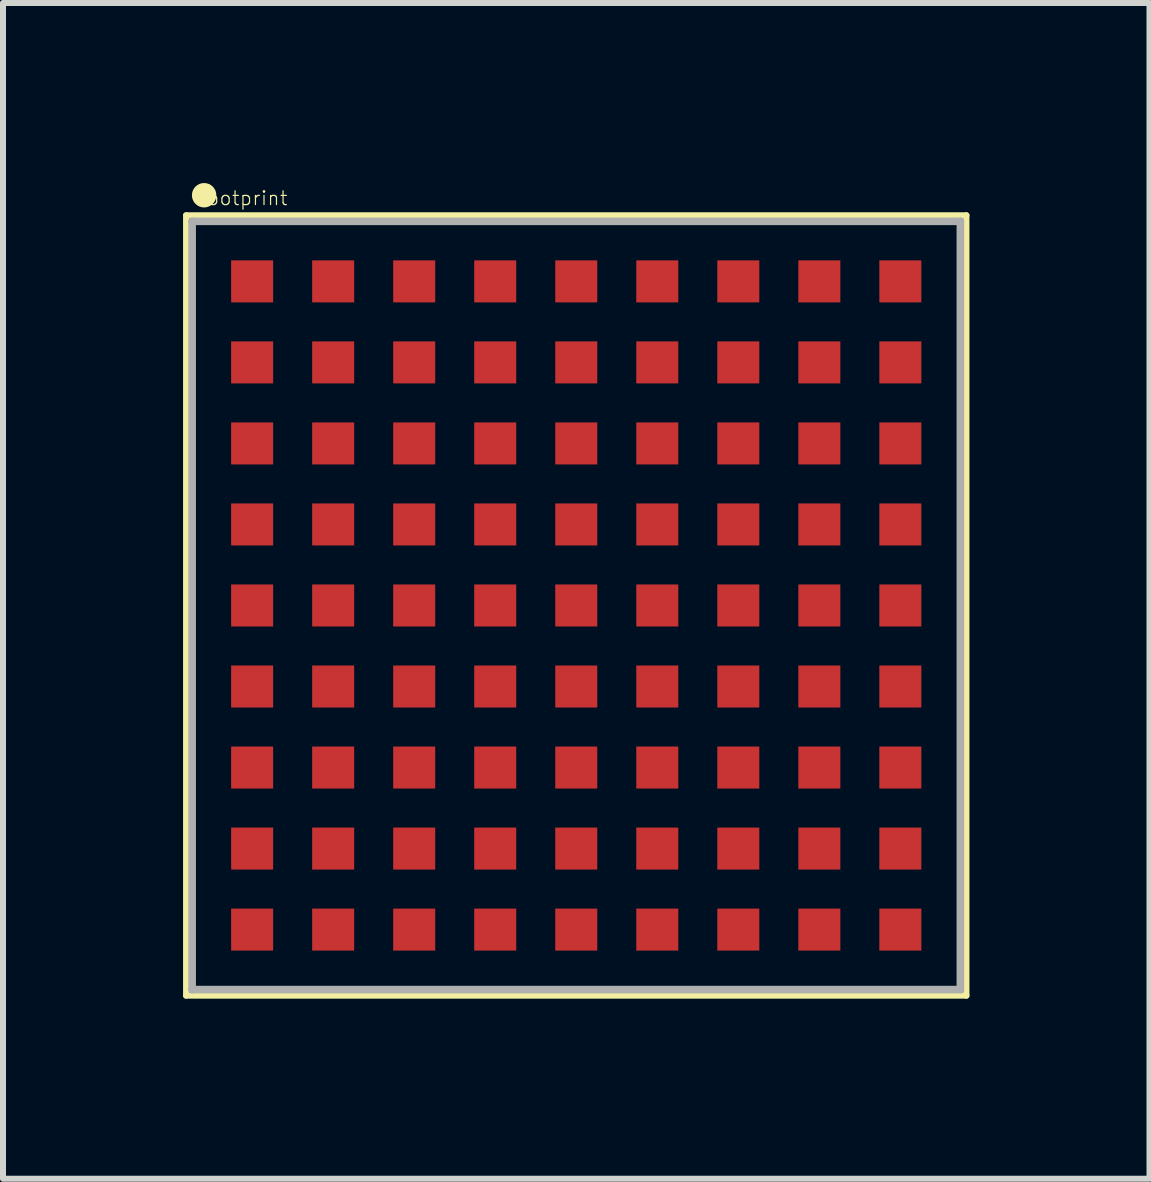
<source format=kicad_pcb>
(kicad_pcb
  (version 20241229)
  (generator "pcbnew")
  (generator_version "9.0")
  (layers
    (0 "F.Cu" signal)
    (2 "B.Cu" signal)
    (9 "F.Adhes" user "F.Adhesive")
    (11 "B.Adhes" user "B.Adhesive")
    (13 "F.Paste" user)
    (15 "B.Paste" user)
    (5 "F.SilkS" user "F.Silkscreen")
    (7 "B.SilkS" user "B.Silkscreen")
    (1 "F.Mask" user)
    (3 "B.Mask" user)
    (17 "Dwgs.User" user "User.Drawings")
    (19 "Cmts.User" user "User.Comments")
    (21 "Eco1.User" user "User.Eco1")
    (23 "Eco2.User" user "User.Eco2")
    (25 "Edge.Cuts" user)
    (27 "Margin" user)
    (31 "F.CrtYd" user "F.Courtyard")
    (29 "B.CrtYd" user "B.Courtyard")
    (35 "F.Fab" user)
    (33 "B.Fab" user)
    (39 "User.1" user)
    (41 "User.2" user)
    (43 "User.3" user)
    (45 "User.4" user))
  (footprint "footprint"
    (layer "F.Cu")
    (at 6.551 7.038)
    (property "Reference" "footprint" (at -6.3 -6.65 0) (layer "F.SilkS") (effects (font (size 0.23 0.23) (thickness 0.02)) (justify left bottom)))
    (fp_poly (pts (xy -5.775 -5.025) (xy -5.025 -5.025) (xy -5.025 -5.775) (xy -5.775 -5.775)) (stroke (width 0) (type solid)) (fill yes) (layer "F.Mask"))
    (fp_poly (pts (xy -5.775 -3.675) (xy -5.025 -3.675) (xy -5.025 -4.425) (xy -5.775 -4.425)) (stroke (width 0) (type solid)) (fill yes) (layer "F.Mask"))
    (fp_poly (pts (xy -5.775 -2.325) (xy -5.025 -2.325) (xy -5.025 -3.075) (xy -5.775 -3.075)) (stroke (width 0) (type solid)) (fill yes) (layer "F.Mask"))
    (fp_poly (pts (xy -5.775 -0.975) (xy -5.025 -0.975) (xy -5.025 -1.725) (xy -5.775 -1.725)) (stroke (width 0) (type solid)) (fill yes) (layer "F.Mask"))
    (fp_poly (pts (xy -5.775 0.375) (xy -5.025 0.375) (xy -5.025 -0.375) (xy -5.775 -0.375)) (stroke (width 0) (type solid)) (fill yes) (layer "F.Mask"))
    (fp_poly (pts (xy -5.775 1.725) (xy -5.025 1.725) (xy -5.025 0.975) (xy -5.775 0.975)) (stroke (width 0) (type solid)) (fill yes) (layer "F.Mask"))
    (fp_poly (pts (xy -5.775 3.075) (xy -5.025 3.075) (xy -5.025 2.325) (xy -5.775 2.325)) (stroke (width 0) (type solid)) (fill yes) (layer "F.Mask"))
    (fp_poly (pts (xy -5.775 4.425) (xy -5.025 4.425) (xy -5.025 3.675) (xy -5.775 3.675)) (stroke (width 0) (type solid)) (fill yes) (layer "F.Mask"))
    (fp_poly (pts (xy -5.775 5.775) (xy -5.025 5.775) (xy -5.025 5.025) (xy -5.775 5.025)) (stroke (width 0) (type solid)) (fill yes) (layer "F.Mask"))
    (fp_poly (pts (xy -4.425 -5.025) (xy -3.675 -5.025) (xy -3.675 -5.775) (xy -4.425 -5.775)) (stroke (width 0) (type solid)) (fill yes) (layer "F.Mask"))
    (fp_poly (pts (xy -4.425 -3.675) (xy -3.675 -3.675) (xy -3.675 -4.425) (xy -4.425 -4.425)) (stroke (width 0) (type solid)) (fill yes) (layer "F.Mask"))
    (fp_poly (pts (xy -4.425 -2.325) (xy -3.675 -2.325) (xy -3.675 -3.075) (xy -4.425 -3.075)) (stroke (width 0) (type solid)) (fill yes) (layer "F.Mask"))
    (fp_poly (pts (xy -4.425 -0.975) (xy -3.675 -0.975) (xy -3.675 -1.725) (xy -4.425 -1.725)) (stroke (width 0) (type solid)) (fill yes) (layer "F.Mask"))
    (fp_poly (pts (xy -4.425 0.375) (xy -3.675 0.375) (xy -3.675 -0.375) (xy -4.425 -0.375)) (stroke (width 0) (type solid)) (fill yes) (layer "F.Mask"))
    (fp_poly (pts (xy -4.425 1.725) (xy -3.675 1.725) (xy -3.675 0.975) (xy -4.425 0.975)) (stroke (width 0) (type solid)) (fill yes) (layer "F.Mask"))
    (fp_poly (pts (xy -4.425 3.075) (xy -3.675 3.075) (xy -3.675 2.325) (xy -4.425 2.325)) (stroke (width 0) (type solid)) (fill yes) (layer "F.Mask"))
    (fp_poly (pts (xy -4.425 4.425) (xy -3.675 4.425) (xy -3.675 3.675) (xy -4.425 3.675)) (stroke (width 0) (type solid)) (fill yes) (layer "F.Mask"))
    (fp_poly (pts (xy -4.425 5.775) (xy -3.675 5.775) (xy -3.675 5.025) (xy -4.425 5.025)) (stroke (width 0) (type solid)) (fill yes) (layer "F.Mask"))
    (fp_poly (pts (xy -3.075 -5.025) (xy -2.325 -5.025) (xy -2.325 -5.775) (xy -3.075 -5.775)) (stroke (width 0) (type solid)) (fill yes) (layer "F.Mask"))
    (fp_poly (pts (xy -3.075 -3.675) (xy -2.325 -3.675) (xy -2.325 -4.425) (xy -3.075 -4.425)) (stroke (width 0) (type solid)) (fill yes) (layer "F.Mask"))
    (fp_poly (pts (xy -3.075 -2.325) (xy -2.325 -2.325) (xy -2.325 -3.075) (xy -3.075 -3.075)) (stroke (width 0) (type solid)) (fill yes) (layer "F.Mask"))
    (fp_poly (pts (xy -3.075 -0.975) (xy -2.325 -0.975) (xy -2.325 -1.725) (xy -3.075 -1.725)) (stroke (width 0) (type solid)) (fill yes) (layer "F.Mask"))
    (fp_poly (pts (xy -3.075 0.375) (xy -2.325 0.375) (xy -2.325 -0.375) (xy -3.075 -0.375)) (stroke (width 0) (type solid)) (fill yes) (layer "F.Mask"))
    (fp_poly (pts (xy -3.075 1.725) (xy -2.325 1.725) (xy -2.325 0.975) (xy -3.075 0.975)) (stroke (width 0) (type solid)) (fill yes) (layer "F.Mask"))
    (fp_poly (pts (xy -3.075 3.075) (xy -2.325 3.075) (xy -2.325 2.325) (xy -3.075 2.325)) (stroke (width 0) (type solid)) (fill yes) (layer "F.Mask"))
    (fp_poly (pts (xy -3.075 4.425) (xy -2.325 4.425) (xy -2.325 3.675) (xy -3.075 3.675)) (stroke (width 0) (type solid)) (fill yes) (layer "F.Mask"))
    (fp_poly (pts (xy -3.075 5.775) (xy -2.325 5.775) (xy -2.325 5.025) (xy -3.075 5.025)) (stroke (width 0) (type solid)) (fill yes) (layer "F.Mask"))
    (fp_poly (pts (xy -1.725 -5.025) (xy -0.975 -5.025) (xy -0.975 -5.775) (xy -1.725 -5.775)) (stroke (width 0) (type solid)) (fill yes) (layer "F.Mask"))
    (fp_poly (pts (xy -1.725 -3.675) (xy -0.975 -3.675) (xy -0.975 -4.425) (xy -1.725 -4.425)) (stroke (width 0) (type solid)) (fill yes) (layer "F.Mask"))
    (fp_poly (pts (xy -1.725 -2.325) (xy -0.975 -2.325) (xy -0.975 -3.075) (xy -1.725 -3.075)) (stroke (width 0) (type solid)) (fill yes) (layer "F.Mask"))
    (fp_poly (pts (xy -1.725 -0.975) (xy -0.975 -0.975) (xy -0.975 -1.725) (xy -1.725 -1.725)) (stroke (width 0) (type solid)) (fill yes) (layer "F.Mask"))
    (fp_poly (pts (xy -1.725 0.375) (xy -0.975 0.375) (xy -0.975 -0.375) (xy -1.725 -0.375)) (stroke (width 0) (type solid)) (fill yes) (layer "F.Mask"))
    (fp_poly (pts (xy -1.725 1.725) (xy -0.975 1.725) (xy -0.975 0.975) (xy -1.725 0.975)) (stroke (width 0) (type solid)) (fill yes) (layer "F.Mask"))
    (fp_poly (pts (xy -1.725 3.075) (xy -0.975 3.075) (xy -0.975 2.325) (xy -1.725 2.325)) (stroke (width 0) (type solid)) (fill yes) (layer "F.Mask"))
    (fp_poly (pts (xy -1.725 4.425) (xy -0.975 4.425) (xy -0.975 3.675) (xy -1.725 3.675)) (stroke (width 0) (type solid)) (fill yes) (layer "F.Mask"))
    (fp_poly (pts (xy -1.725 5.775) (xy -0.975 5.775) (xy -0.975 5.025) (xy -1.725 5.025)) (stroke (width 0) (type solid)) (fill yes) (layer "F.Mask"))
    (fp_poly (pts (xy -0.375 -5.025) (xy 0.375 -5.025) (xy 0.375 -5.775) (xy -0.375 -5.775)) (stroke (width 0) (type solid)) (fill yes) (layer "F.Mask"))
    (fp_poly (pts (xy -0.375 -3.675) (xy 0.375 -3.675) (xy 0.375 -4.425) (xy -0.375 -4.425)) (stroke (width 0) (type solid)) (fill yes) (layer "F.Mask"))
    (fp_poly (pts (xy -0.375 -2.325) (xy 0.375 -2.325) (xy 0.375 -3.075) (xy -0.375 -3.075)) (stroke (width 0) (type solid)) (fill yes) (layer "F.Mask"))
    (fp_poly (pts (xy -0.375 -0.975) (xy 0.375 -0.975) (xy 0.375 -1.725) (xy -0.375 -1.725)) (stroke (width 0) (type solid)) (fill yes) (layer "F.Mask"))
    (fp_poly (pts (xy -0.375 0.375) (xy 0.375 0.375) (xy 0.375 -0.375) (xy -0.375 -0.375)) (stroke (width 0) (type solid)) (fill yes) (layer "F.Mask"))
    (fp_poly (pts (xy -0.375 1.725) (xy 0.375 1.725) (xy 0.375 0.975) (xy -0.375 0.975)) (stroke (width 0) (type solid)) (fill yes) (layer "F.Mask"))
    (fp_poly (pts (xy -0.375 3.075) (xy 0.375 3.075) (xy 0.375 2.325) (xy -0.375 2.325)) (stroke (width 0) (type solid)) (fill yes) (layer "F.Mask"))
    (fp_poly (pts (xy -0.375 4.425) (xy 0.375 4.425) (xy 0.375 3.675) (xy -0.375 3.675)) (stroke (width 0) (type solid)) (fill yes) (layer "F.Mask"))
    (fp_poly (pts (xy -0.375 5.775) (xy 0.375 5.775) (xy 0.375 5.025) (xy -0.375 5.025)) (stroke (width 0) (type solid)) (fill yes) (layer "F.Mask"))
    (fp_poly (pts (xy 0.975 -5.025) (xy 1.725 -5.025) (xy 1.725 -5.775) (xy 0.975 -5.775)) (stroke (width 0) (type solid)) (fill yes) (layer "F.Mask"))
    (fp_poly (pts (xy 0.975 -3.675) (xy 1.725 -3.675) (xy 1.725 -4.425) (xy 0.975 -4.425)) (stroke (width 0) (type solid)) (fill yes) (layer "F.Mask"))
    (fp_poly (pts (xy 0.975 -2.325) (xy 1.725 -2.325) (xy 1.725 -3.075) (xy 0.975 -3.075)) (stroke (width 0) (type solid)) (fill yes) (layer "F.Mask"))
    (fp_poly (pts (xy 0.975 -0.975) (xy 1.725 -0.975) (xy 1.725 -1.725) (xy 0.975 -1.725)) (stroke (width 0) (type solid)) (fill yes) (layer "F.Mask"))
    (fp_poly (pts (xy 0.975 0.375) (xy 1.725 0.375) (xy 1.725 -0.375) (xy 0.975 -0.375)) (stroke (width 0) (type solid)) (fill yes) (layer "F.Mask"))
    (fp_poly (pts (xy 0.975 1.725) (xy 1.725 1.725) (xy 1.725 0.975) (xy 0.975 0.975)) (stroke (width 0) (type solid)) (fill yes) (layer "F.Mask"))
    (fp_poly (pts (xy 0.975 3.075) (xy 1.725 3.075) (xy 1.725 2.325) (xy 0.975 2.325)) (stroke (width 0) (type solid)) (fill yes) (layer "F.Mask"))
    (fp_poly (pts (xy 0.975 4.425) (xy 1.725 4.425) (xy 1.725 3.675) (xy 0.975 3.675)) (stroke (width 0) (type solid)) (fill yes) (layer "F.Mask"))
    (fp_poly (pts (xy 0.975 5.775) (xy 1.725 5.775) (xy 1.725 5.025) (xy 0.975 5.025)) (stroke (width 0) (type solid)) (fill yes) (layer "F.Mask"))
    (fp_poly (pts (xy 2.325 -5.025) (xy 3.075 -5.025) (xy 3.075 -5.775) (xy 2.325 -5.775)) (stroke (width 0) (type solid)) (fill yes) (layer "F.Mask"))
    (fp_poly (pts (xy 2.325 -3.675) (xy 3.075 -3.675) (xy 3.075 -4.425) (xy 2.325 -4.425)) (stroke (width 0) (type solid)) (fill yes) (layer "F.Mask"))
    (fp_poly (pts (xy 2.325 -2.325) (xy 3.075 -2.325) (xy 3.075 -3.075) (xy 2.325 -3.075)) (stroke (width 0) (type solid)) (fill yes) (layer "F.Mask"))
    (fp_poly (pts (xy 2.325 -0.975) (xy 3.075 -0.975) (xy 3.075 -1.725) (xy 2.325 -1.725)) (stroke (width 0) (type solid)) (fill yes) (layer "F.Mask"))
    (fp_poly (pts (xy 2.325 0.375) (xy 3.075 0.375) (xy 3.075 -0.375) (xy 2.325 -0.375)) (stroke (width 0) (type solid)) (fill yes) (layer "F.Mask"))
    (fp_poly (pts (xy 2.325 1.725) (xy 3.075 1.725) (xy 3.075 0.975) (xy 2.325 0.975)) (stroke (width 0) (type solid)) (fill yes) (layer "F.Mask"))
    (fp_poly (pts (xy 2.325 3.075) (xy 3.075 3.075) (xy 3.075 2.325) (xy 2.325 2.325)) (stroke (width 0) (type solid)) (fill yes) (layer "F.Mask"))
    (fp_poly (pts (xy 2.325 4.425) (xy 3.075 4.425) (xy 3.075 3.675) (xy 2.325 3.675)) (stroke (width 0) (type solid)) (fill yes) (layer "F.Mask"))
    (fp_poly (pts (xy 2.325 5.775) (xy 3.075 5.775) (xy 3.075 5.025) (xy 2.325 5.025)) (stroke (width 0) (type solid)) (fill yes) (layer "F.Mask"))
    (fp_poly (pts (xy 3.675 -5.025) (xy 4.425 -5.025) (xy 4.425 -5.775) (xy 3.675 -5.775)) (stroke (width 0) (type solid)) (fill yes) (layer "F.Mask"))
    (fp_poly (pts (xy 3.675 -3.675) (xy 4.425 -3.675) (xy 4.425 -4.425) (xy 3.675 -4.425)) (stroke (width 0) (type solid)) (fill yes) (layer "F.Mask"))
    (fp_poly (pts (xy 3.675 -2.325) (xy 4.425 -2.325) (xy 4.425 -3.075) (xy 3.675 -3.075)) (stroke (width 0) (type solid)) (fill yes) (layer "F.Mask"))
    (fp_poly (pts (xy 3.675 -0.975) (xy 4.425 -0.975) (xy 4.425 -1.725) (xy 3.675 -1.725)) (stroke (width 0) (type solid)) (fill yes) (layer "F.Mask"))
    (fp_poly (pts (xy 3.675 0.375) (xy 4.425 0.375) (xy 4.425 -0.375) (xy 3.675 -0.375)) (stroke (width 0) (type solid)) (fill yes) (layer "F.Mask"))
    (fp_poly (pts (xy 3.675 1.725) (xy 4.425 1.725) (xy 4.425 0.975) (xy 3.675 0.975)) (stroke (width 0) (type solid)) (fill yes) (layer "F.Mask"))
    (fp_poly (pts (xy 3.675 3.075) (xy 4.425 3.075) (xy 4.425 2.325) (xy 3.675 2.325)) (stroke (width 0) (type solid)) (fill yes) (layer "F.Mask"))
    (fp_poly (pts (xy 3.675 4.425) (xy 4.425 4.425) (xy 4.425 3.675) (xy 3.675 3.675)) (stroke (width 0) (type solid)) (fill yes) (layer "F.Mask"))
    (fp_poly (pts (xy 3.675 5.775) (xy 4.425 5.775) (xy 4.425 5.025) (xy 3.675 5.025)) (stroke (width 0) (type solid)) (fill yes) (layer "F.Mask"))
    (fp_poly (pts (xy 5.025 -5.025) (xy 5.775 -5.025) (xy 5.775 -5.775) (xy 5.025 -5.775)) (stroke (width 0) (type solid)) (fill yes) (layer "F.Mask"))
    (fp_poly (pts (xy 5.025 -3.675) (xy 5.775 -3.675) (xy 5.775 -4.425) (xy 5.025 -4.425)) (stroke (width 0) (type solid)) (fill yes) (layer "F.Mask"))
    (fp_poly (pts (xy 5.025 -2.325) (xy 5.775 -2.325) (xy 5.775 -3.075) (xy 5.025 -3.075)) (stroke (width 0) (type solid)) (fill yes) (layer "F.Mask"))
    (fp_poly (pts (xy 5.025 -0.975) (xy 5.775 -0.975) (xy 5.775 -1.725) (xy 5.025 -1.725)) (stroke (width 0) (type solid)) (fill yes) (layer "F.Mask"))
    (fp_poly (pts (xy 5.025 0.375) (xy 5.775 0.375) (xy 5.775 -0.375) (xy 5.025 -0.375)) (stroke (width 0) (type solid)) (fill yes) (layer "F.Mask"))
    (fp_poly (pts (xy 5.025 1.725) (xy 5.775 1.725) (xy 5.775 0.975) (xy 5.025 0.975)) (stroke (width 0) (type solid)) (fill yes) (layer "F.Mask"))
    (fp_poly (pts (xy 5.025 3.075) (xy 5.775 3.075) (xy 5.775 2.325) (xy 5.025 2.325)) (stroke (width 0) (type solid)) (fill yes) (layer "F.Mask"))
    (fp_poly (pts (xy 5.025 4.425) (xy 5.775 4.425) (xy 5.775 3.675) (xy 5.025 3.675)) (stroke (width 0) (type solid)) (fill yes) (layer "F.Mask"))
    (fp_poly (pts (xy 5.025 5.775) (xy 5.775 5.775) (xy 5.775 5.025) (xy 5.025 5.025)) (stroke (width 0) (type solid)) (fill yes) (layer "F.Mask"))
    (fp_line (start -6.5 -6.5) (end -6.5 6.5) (stroke (width 0.102) (type solid)) (layer "F.SilkS"))
    (fp_line (start -6.5 6.5) (end 6.5 6.5) (stroke (width 0.102) (type solid)) (layer "F.SilkS"))
    (fp_line (start 6.5 -6.5) (end -6.5 -6.5) (stroke (width 0.102) (type solid)) (layer "F.SilkS"))
    (fp_line (start 6.5 6.5) (end 6.5 -6.5) (stroke (width 0.102) (type solid)) (layer "F.SilkS"))
    (fp_circle (center -6.2 -6.835) (end -6.098 -6.835) (stroke (width 0.203) (type solid)) (fill yes) (layer "F.SilkS"))
    (fp_circle (center -5.4 -5.4) (end -5.25 -5.4) (stroke (width 0.3) (type solid)) (fill yes) (layer "F.Paste"))
    (fp_circle (center -5.4 -4.05) (end -5.25 -4.05) (stroke (width 0.3) (type solid)) (fill yes) (layer "F.Paste"))
    (fp_circle (center -5.4 -2.7) (end -5.25 -2.7) (stroke (width 0.3) (type solid)) (fill yes) (layer "F.Paste"))
    (fp_circle (center -5.4 -1.35) (end -5.25 -1.35) (stroke (width 0.3) (type solid)) (fill yes) (layer "F.Paste"))
    (fp_circle (center -5.4 0) (end -5.25 0) (stroke (width 0.3) (type solid)) (fill yes) (layer "F.Paste"))
    (fp_circle (center -5.4 0) (end -5.25 0) (stroke (width 0.3) (type solid)) (fill yes) (layer "F.Paste"))
    (fp_circle (center -5.4 1.35) (end -5.25 1.35) (stroke (width 0.3) (type solid)) (fill yes) (layer "F.Paste"))
    (fp_circle (center -5.4 2.7) (end -5.25 2.7) (stroke (width 0.3) (type solid)) (fill yes) (layer "F.Paste"))
    (fp_circle (center -5.4 4.05) (end -5.25 4.05) (stroke (width 0.3) (type solid)) (fill yes) (layer "F.Paste"))
    (fp_circle (center -5.4 5.4) (end -5.25 5.4) (stroke (width 0.3) (type solid)) (fill yes) (layer "F.Paste"))
    (fp_circle (center -4.05 -5.4) (end -3.9 -5.4) (stroke (width 0.3) (type solid)) (fill yes) (layer "F.Paste"))
    (fp_circle (center -4.05 -4.05) (end -3.9 -4.05) (stroke (width 0.3) (type solid)) (fill yes) (layer "F.Paste"))
    (fp_circle (center -4.05 -2.7) (end -3.9 -2.7) (stroke (width 0.3) (type solid)) (fill yes) (layer "F.Paste"))
    (fp_circle (center -4.05 -1.35) (end -3.9 -1.35) (stroke (width 0.3) (type solid)) (fill yes) (layer "F.Paste"))
    (fp_circle (center -4.05 0) (end -3.9 0) (stroke (width 0.3) (type solid)) (fill yes) (layer "F.Paste"))
    (fp_circle (center -4.05 1.35) (end -3.9 1.35) (stroke (width 0.3) (type solid)) (fill yes) (layer "F.Paste"))
    (fp_circle (center -4.05 2.7) (end -3.9 2.7) (stroke (width 0.3) (type solid)) (fill yes) (layer "F.Paste"))
    (fp_circle (center -4.05 4.05) (end -3.9 4.05) (stroke (width 0.3) (type solid)) (fill yes) (layer "F.Paste"))
    (fp_circle (center -4.05 5.4) (end -3.9 5.4) (stroke (width 0.3) (type solid)) (fill yes) (layer "F.Paste"))
    (fp_circle (center -2.7 -5.4) (end -2.55 -5.4) (stroke (width 0.3) (type solid)) (fill yes) (layer "F.Paste"))
    (fp_circle (center -2.7 -4.05) (end -2.55 -4.05) (stroke (width 0.3) (type solid)) (fill yes) (layer "F.Paste"))
    (fp_circle (center -2.7 -2.7) (end -2.55 -2.7) (stroke (width 0.3) (type solid)) (fill yes) (layer "F.Paste"))
    (fp_circle (center -2.7 -1.35) (end -2.55 -1.35) (stroke (width 0.3) (type solid)) (fill yes) (layer "F.Paste"))
    (fp_circle (center -2.7 0) (end -2.55 0) (stroke (width 0.3) (type solid)) (fill yes) (layer "F.Paste"))
    (fp_circle (center -2.7 1.35) (end -2.55 1.35) (stroke (width 0.3) (type solid)) (fill yes) (layer "F.Paste"))
    (fp_circle (center -2.7 2.7) (end -2.55 2.7) (stroke (width 0.3) (type solid)) (fill yes) (layer "F.Paste"))
    (fp_circle (center -2.7 4.05) (end -2.55 4.05) (stroke (width 0.3) (type solid)) (fill yes) (layer "F.Paste"))
    (fp_circle (center -2.7 5.4) (end -2.55 5.4) (stroke (width 0.3) (type solid)) (fill yes) (layer "F.Paste"))
    (fp_circle (center -1.35 -5.4) (end -1.2 -5.4) (stroke (width 0.3) (type solid)) (fill yes) (layer "F.Paste"))
    (fp_circle (center -1.35 -4.05) (end -1.2 -4.05) (stroke (width 0.3) (type solid)) (fill yes) (layer "F.Paste"))
    (fp_circle (center -1.35 -2.7) (end -1.2 -2.7) (stroke (width 0.3) (type solid)) (fill yes) (layer "F.Paste"))
    (fp_circle (center -1.35 -1.35) (end -1.2 -1.35) (stroke (width 0.3) (type solid)) (fill yes) (layer "F.Paste"))
    (fp_circle (center -1.35 0) (end -1.2 0) (stroke (width 0.3) (type solid)) (fill yes) (layer "F.Paste"))
    (fp_circle (center -1.35 1.35) (end -1.2 1.35) (stroke (width 0.3) (type solid)) (fill yes) (layer "F.Paste"))
    (fp_circle (center -1.35 2.7) (end -1.2 2.7) (stroke (width 0.3) (type solid)) (fill yes) (layer "F.Paste"))
    (fp_circle (center -1.35 4.05) (end -1.2 4.05) (stroke (width 0.3) (type solid)) (fill yes) (layer "F.Paste"))
    (fp_circle (center -1.35 5.4) (end -1.2 5.4) (stroke (width 0.3) (type solid)) (fill yes) (layer "F.Paste"))
    (fp_circle (center 0 -5.4) (end 0.15 -5.4) (stroke (width 0.3) (type solid)) (fill yes) (layer "F.Paste"))
    (fp_circle (center 0 -4.05) (end 0.15 -4.05) (stroke (width 0.3) (type solid)) (fill yes) (layer "F.Paste"))
    (fp_circle (center 0 -2.7) (end 0.15 -2.7) (stroke (width 0.3) (type solid)) (fill yes) (layer "F.Paste"))
    (fp_circle (center 0 -1.35) (end 0.15 -1.35) (stroke (width 0.3) (type solid)) (fill yes) (layer "F.Paste"))
    (fp_circle (center 0 0) (end 0.15 0) (stroke (width 0.3) (type solid)) (fill yes) (layer "F.Paste"))
    (fp_circle (center 0 1.35) (end 0.15 1.35) (stroke (width 0.3) (type solid)) (fill yes) (layer "F.Paste"))
    (fp_circle (center 0 2.7) (end 0.15 2.7) (stroke (width 0.3) (type solid)) (fill yes) (layer "F.Paste"))
    (fp_circle (center 0 4.05) (end 0.15 4.05) (stroke (width 0.3) (type solid)) (fill yes) (layer "F.Paste"))
    (fp_circle (center 0 5.4) (end 0.15 5.4) (stroke (width 0.3) (type solid)) (fill yes) (layer "F.Paste"))
    (fp_circle (center 1.35 -5.4) (end 1.5 -5.4) (stroke (width 0.3) (type solid)) (fill yes) (layer "F.Paste"))
    (fp_circle (center 1.35 -4.05) (end 1.5 -4.05) (stroke (width 0.3) (type solid)) (fill yes) (layer "F.Paste"))
    (fp_circle (center 1.35 -2.7) (end 1.5 -2.7) (stroke (width 0.3) (type solid)) (fill yes) (layer "F.Paste"))
    (fp_circle (center 1.35 -1.35) (end 1.5 -1.35) (stroke (width 0.3) (type solid)) (fill yes) (layer "F.Paste"))
    (fp_circle (center 1.35 0) (end 1.5 0) (stroke (width 0.3) (type solid)) (fill yes) (layer "F.Paste"))
    (fp_circle (center 1.35 1.35) (end 1.5 1.35) (stroke (width 0.3) (type solid)) (fill yes) (layer "F.Paste"))
    (fp_circle (center 1.35 2.7) (end 1.5 2.7) (stroke (width 0.3) (type solid)) (fill yes) (layer "F.Paste"))
    (fp_circle (center 1.35 4.05) (end 1.5 4.05) (stroke (width 0.3) (type solid)) (fill yes) (layer "F.Paste"))
    (fp_circle (center 1.35 5.4) (end 1.5 5.4) (stroke (width 0.3) (type solid)) (fill yes) (layer "F.Paste"))
    (fp_circle (center 2.7 -5.4) (end 2.85 -5.4) (stroke (width 0.3) (type solid)) (fill yes) (layer "F.Paste"))
    (fp_circle (center 2.7 -4.05) (end 2.85 -4.05) (stroke (width 0.3) (type solid)) (fill yes) (layer "F.Paste"))
    (fp_circle (center 2.7 -2.7) (end 2.85 -2.7) (stroke (width 0.3) (type solid)) (fill yes) (layer "F.Paste"))
    (fp_circle (center 2.7 -1.35) (end 2.85 -1.35) (stroke (width 0.3) (type solid)) (fill yes) (layer "F.Paste"))
    (fp_circle (center 2.7 0) (end 2.85 0) (stroke (width 0.3) (type solid)) (fill yes) (layer "F.Paste"))
    (fp_circle (center 2.7 1.35) (end 2.85 1.35) (stroke (width 0.3) (type solid)) (fill yes) (layer "F.Paste"))
    (fp_circle (center 2.7 2.7) (end 2.85 2.7) (stroke (width 0.3) (type solid)) (fill yes) (layer "F.Paste"))
    (fp_circle (center 2.7 4.05) (end 2.85 4.05) (stroke (width 0.3) (type solid)) (fill yes) (layer "F.Paste"))
    (fp_circle (center 2.7 5.4) (end 2.85 5.4) (stroke (width 0.3) (type solid)) (fill yes) (layer "F.Paste"))
    (fp_circle (center 4.05 -5.4) (end 4.2 -5.4) (stroke (width 0.3) (type solid)) (fill yes) (layer "F.Paste"))
    (fp_circle (center 4.05 -4.05) (end 4.2 -4.05) (stroke (width 0.3) (type solid)) (fill yes) (layer "F.Paste"))
    (fp_circle (center 4.05 -2.7) (end 4.2 -2.7) (stroke (width 0.3) (type solid)) (fill yes) (layer "F.Paste"))
    (fp_circle (center 4.05 -1.35) (end 4.2 -1.35) (stroke (width 0.3) (type solid)) (fill yes) (layer "F.Paste"))
    (fp_circle (center 4.05 0) (end 4.2 0) (stroke (width 0.3) (type solid)) (fill yes) (layer "F.Paste"))
    (fp_circle (center 4.05 1.35) (end 4.2 1.35) (stroke (width 0.3) (type solid)) (fill yes) (layer "F.Paste"))
    (fp_circle (center 4.05 2.7) (end 4.2 2.7) (stroke (width 0.3) (type solid)) (fill yes) (layer "F.Paste"))
    (fp_circle (center 4.05 4.05) (end 4.2 4.05) (stroke (width 0.3) (type solid)) (fill yes) (layer "F.Paste"))
    (fp_circle (center 4.05 5.4) (end 4.2 5.4) (stroke (width 0.3) (type solid)) (fill yes) (layer "F.Paste"))
    (fp_circle (center 5.4 -5.4) (end 5.55 -5.4) (stroke (width 0.3) (type solid)) (fill yes) (layer "F.Paste"))
    (fp_circle (center 5.4 -4.05) (end 5.55 -4.05) (stroke (width 0.3) (type solid)) (fill yes) (layer "F.Paste"))
    (fp_circle (center 5.4 -2.7) (end 5.55 -2.7) (stroke (width 0.3) (type solid)) (fill yes) (layer "F.Paste"))
    (fp_circle (center 5.4 -1.35) (end 5.55 -1.35) (stroke (width 0.3) (type solid)) (fill yes) (layer "F.Paste"))
    (fp_circle (center 5.4 0) (end 5.55 0) (stroke (width 0.3) (type solid)) (fill yes) (layer "F.Paste"))
    (fp_circle (center 5.4 1.35) (end 5.55 1.35) (stroke (width 0.3) (type solid)) (fill yes) (layer "F.Paste"))
    (fp_circle (center 5.4 2.7) (end 5.55 2.7) (stroke (width 0.3) (type solid)) (fill yes) (layer "F.Paste"))
    (fp_circle (center 5.4 4.05) (end 5.55 4.05) (stroke (width 0.3) (type solid)) (fill yes) (layer "F.Paste"))
    (fp_circle (center 5.4 5.4) (end 5.55 5.4) (stroke (width 0.3) (type solid)) (fill yes) (layer "F.Paste"))
    (fp_line (start -6.4 -6.4) (end -6.4 6.4) (stroke (width 0.127) (type solid)) (layer "F.Fab"))
    (fp_line (start -6.4 -6.4) (end 6.4 -6.4) (stroke (width 0.127) (type solid)) (layer "F.Fab"))
    (fp_line (start 6.4 6.4) (end -6.4 6.4) (stroke (width 0.127) (type solid)) (layer "F.Fab"))
    (fp_line (start 6.4 6.4) (end 6.4 -6.4) (stroke (width 0.127) (type solid)) (layer "F.Fab"))
    (pad "A1" smd rect (at -5.4 -5.4) (size 0.7 0.7) (layers "F.Cu"))
    (pad "A2" smd rect (at -4.05 -5.4) (size 0.7 0.7) (layers "F.Cu"))
    (pad "A3" smd rect (at -2.7 -5.4) (size 0.7 0.7) (layers "F.Cu"))
    (pad "A4" smd rect (at -1.35 -5.4) (size 0.7 0.7) (layers "F.Cu"))
    (pad "A5" smd rect (at 0 -5.4) (size 0.7 0.7) (layers "F.Cu"))
    (pad "A6" smd rect (at 1.35 -5.4) (size 0.7 0.7) (layers "F.Cu"))
    (pad "A7" smd rect (at 2.7 -5.4) (size 0.7 0.7) (layers "F.Cu"))
    (pad "A8" smd rect (at 4.05 -5.4) (size 0.7 0.7) (layers "F.Cu"))
    (pad "A9" smd rect (at 5.4 -5.4) (size 0.7 0.7) (layers "F.Cu"))
    (pad "B1" smd rect (at -5.4 -4.05) (size 0.7 0.7) (layers "F.Cu"))
    (pad "B2" smd rect (at -4.05 -4.05) (size 0.7 0.7) (layers "F.Cu"))
    (pad "B3" smd rect (at -2.7 -4.05) (size 0.7 0.7) (layers "F.Cu"))
    (pad "B4" smd rect (at -1.35 -4.05) (size 0.7 0.7) (layers "F.Cu"))
    (pad "B5" smd rect (at 0 -4.05) (size 0.7 0.7) (layers "F.Cu"))
    (pad "B6" smd rect (at 1.35 -4.05) (size 0.7 0.7) (layers "F.Cu"))
    (pad "B7" smd rect (at 2.7 -4.05) (size 0.7 0.7) (layers "F.Cu"))
    (pad "B8" smd rect (at 4.05 -4.05) (size 0.7 0.7) (layers "F.Cu"))
    (pad "B9" smd rect (at 5.4 -4.05) (size 0.7 0.7) (layers "F.Cu"))
    (pad "C1" smd rect (at -5.4 -2.7) (size 0.7 0.7) (layers "F.Cu"))
    (pad "C2" smd rect (at -4.05 -2.7) (size 0.7 0.7) (layers "F.Cu"))
    (pad "C3" smd rect (at -2.7 -2.7) (size 0.7 0.7) (layers "F.Cu"))
    (pad "C4" smd rect (at -1.35 -2.7) (size 0.7 0.7) (layers "F.Cu"))
    (pad "C5" smd rect (at 0 -2.7) (size 0.7 0.7) (layers "F.Cu"))
    (pad "C6" smd rect (at 1.35 -2.7) (size 0.7 0.7) (layers "F.Cu"))
    (pad "C7" smd rect (at 2.7 -2.7) (size 0.7 0.7) (layers "F.Cu"))
    (pad "C8" smd rect (at 4.05 -2.7) (size 0.7 0.7) (layers "F.Cu"))
    (pad "C9" smd rect (at 5.4 -2.7) (size 0.7 0.7) (layers "F.Cu"))
    (pad "D1" smd rect (at -5.4 -1.35) (size 0.7 0.7) (layers "F.Cu"))
    (pad "D2" smd rect (at -4.05 -1.35) (size 0.7 0.7) (layers "F.Cu"))
    (pad "D3" smd rect (at -2.7 -1.35) (size 0.7 0.7) (layers "F.Cu"))
    (pad "D4" smd rect (at -1.35 -1.35) (size 0.7 0.7) (layers "F.Cu"))
    (pad "D5" smd rect (at 0 -1.35) (size 0.7 0.7) (layers "F.Cu"))
    (pad "D6" smd rect (at 1.35 -1.35) (size 0.7 0.7) (layers "F.Cu"))
    (pad "D7" smd rect (at 2.7 -1.35) (size 0.7 0.7) (layers "F.Cu"))
    (pad "D8" smd rect (at 4.05 -1.35) (size 0.7 0.7) (layers "F.Cu"))
    (pad "D9" smd rect (at 5.4 -1.35) (size 0.7 0.7) (layers "F.Cu"))
    (pad "E1" smd rect (at -5.4 0) (size 0.7 0.7) (layers "F.Cu"))
    (pad "E2" smd rect (at -4.05 0) (size 0.7 0.7) (layers "F.Cu"))
    (pad "E3" smd rect (at -2.7 0) (size 0.7 0.7) (layers "F.Cu"))
    (pad "E4" smd rect (at -1.35 0) (size 0.7 0.7) (layers "F.Cu"))
    (pad "E5" smd rect (at 0 0) (size 0.7 0.7) (layers "F.Cu"))
    (pad "E6" smd rect (at 1.35 0) (size 0.7 0.7) (layers "F.Cu"))
    (pad "E7" smd rect (at 2.7 0) (size 0.7 0.7) (layers "F.Cu"))
    (pad "E8" smd rect (at 4.05 0) (size 0.7 0.7) (layers "F.Cu"))
    (pad "E9" smd rect (at 5.4 0) (size 0.7 0.7) (layers "F.Cu"))
    (pad "F1" smd rect (at -5.4 1.35) (size 0.7 0.7) (layers "F.Cu"))
    (pad "F2" smd rect (at -4.05 1.35) (size 0.7 0.7) (layers "F.Cu"))
    (pad "F3" smd rect (at -2.7 1.35) (size 0.7 0.7) (layers "F.Cu"))
    (pad "F4" smd rect (at -1.35 1.35) (size 0.7 0.7) (layers "F.Cu"))
    (pad "F5" smd rect (at 0 1.35) (size 0.7 0.7) (layers "F.Cu"))
    (pad "F6" smd rect (at 1.35 1.35) (size 0.7 0.7) (layers "F.Cu"))
    (pad "F7" smd rect (at 2.7 1.35) (size 0.7 0.7) (layers "F.Cu"))
    (pad "F8" smd rect (at 4.05 1.35) (size 0.7 0.7) (layers "F.Cu"))
    (pad "F9" smd rect (at 5.4 1.35) (size 0.7 0.7) (layers "F.Cu"))
    (pad "G1" smd rect (at -5.4 2.7) (size 0.7 0.7) (layers "F.Cu"))
    (pad "G2" smd rect (at -4.05 2.7) (size 0.7 0.7) (layers "F.Cu"))
    (pad "G3" smd rect (at -2.7 2.7) (size 0.7 0.7) (layers "F.Cu"))
    (pad "G4" smd rect (at -1.35 2.7) (size 0.7 0.7) (layers "F.Cu"))
    (pad "G5" smd rect (at 0 2.7) (size 0.7 0.7) (layers "F.Cu"))
    (pad "G6" smd rect (at 1.35 2.7) (size 0.7 0.7) (layers "F.Cu"))
    (pad "G7" smd rect (at 2.7 2.7) (size 0.7 0.7) (layers "F.Cu"))
    (pad "G8" smd rect (at 4.05 2.7) (size 0.7 0.7) (layers "F.Cu"))
    (pad "G9" smd rect (at 5.4 2.7) (size 0.7 0.7) (layers "F.Cu"))
    (pad "H1" smd rect (at -5.4 4.05) (size 0.7 0.7) (layers "F.Cu"))
    (pad "H2" smd rect (at -4.05 4.05) (size 0.7 0.7) (layers "F.Cu"))
    (pad "H3" smd rect (at -2.7 4.05) (size 0.7 0.7) (layers "F.Cu"))
    (pad "H4" smd rect (at -1.35 4.05) (size 0.7 0.7) (layers "F.Cu"))
    (pad "H5" smd rect (at 0 4.05) (size 0.7 0.7) (layers "F.Cu"))
    (pad "H6" smd rect (at 1.35 4.05) (size 0.7 0.7) (layers "F.Cu"))
    (pad "H7" smd rect (at 2.7 4.05) (size 0.7 0.7) (layers "F.Cu"))
    (pad "H8" smd rect (at 4.05 4.05) (size 0.7 0.7) (layers "F.Cu"))
    (pad "H9" smd rect (at 5.4 4.05) (size 0.7 0.7) (layers "F.Cu"))
    (pad "J1" smd rect (at -5.4 5.4) (size 0.7 0.7) (layers "F.Cu"))
    (pad "J2" smd rect (at -4.05 5.4) (size 0.7 0.7) (layers "F.Cu"))
    (pad "J3" smd rect (at -2.7 5.4) (size 0.7 0.7) (layers "F.Cu"))
    (pad "J4" smd rect (at -1.35 5.4) (size 0.7 0.7) (layers "F.Cu"))
    (pad "J5" smd rect (at 0 5.4) (size 0.7 0.7) (layers "F.Cu"))
    (pad "J6" smd rect (at 1.35 5.4) (size 0.7 0.7) (layers "F.Cu"))
    (pad "J7" smd rect (at 2.7 5.4) (size 0.7 0.7) (layers "F.Cu"))
    (pad "J8" smd rect (at 4.05 5.4) (size 0.7 0.7) (layers "F.Cu"))
    (pad "J9" smd rect (at 5.4 5.4) (size 0.7 0.7) (layers "F.Cu")))
  (gr_rect
    (start -3 -3)
    (end 16.102 16.589)
    (stroke (width 0.1) (type default))
    (fill no)
    (layer "Edge.Cuts")))
</source>
